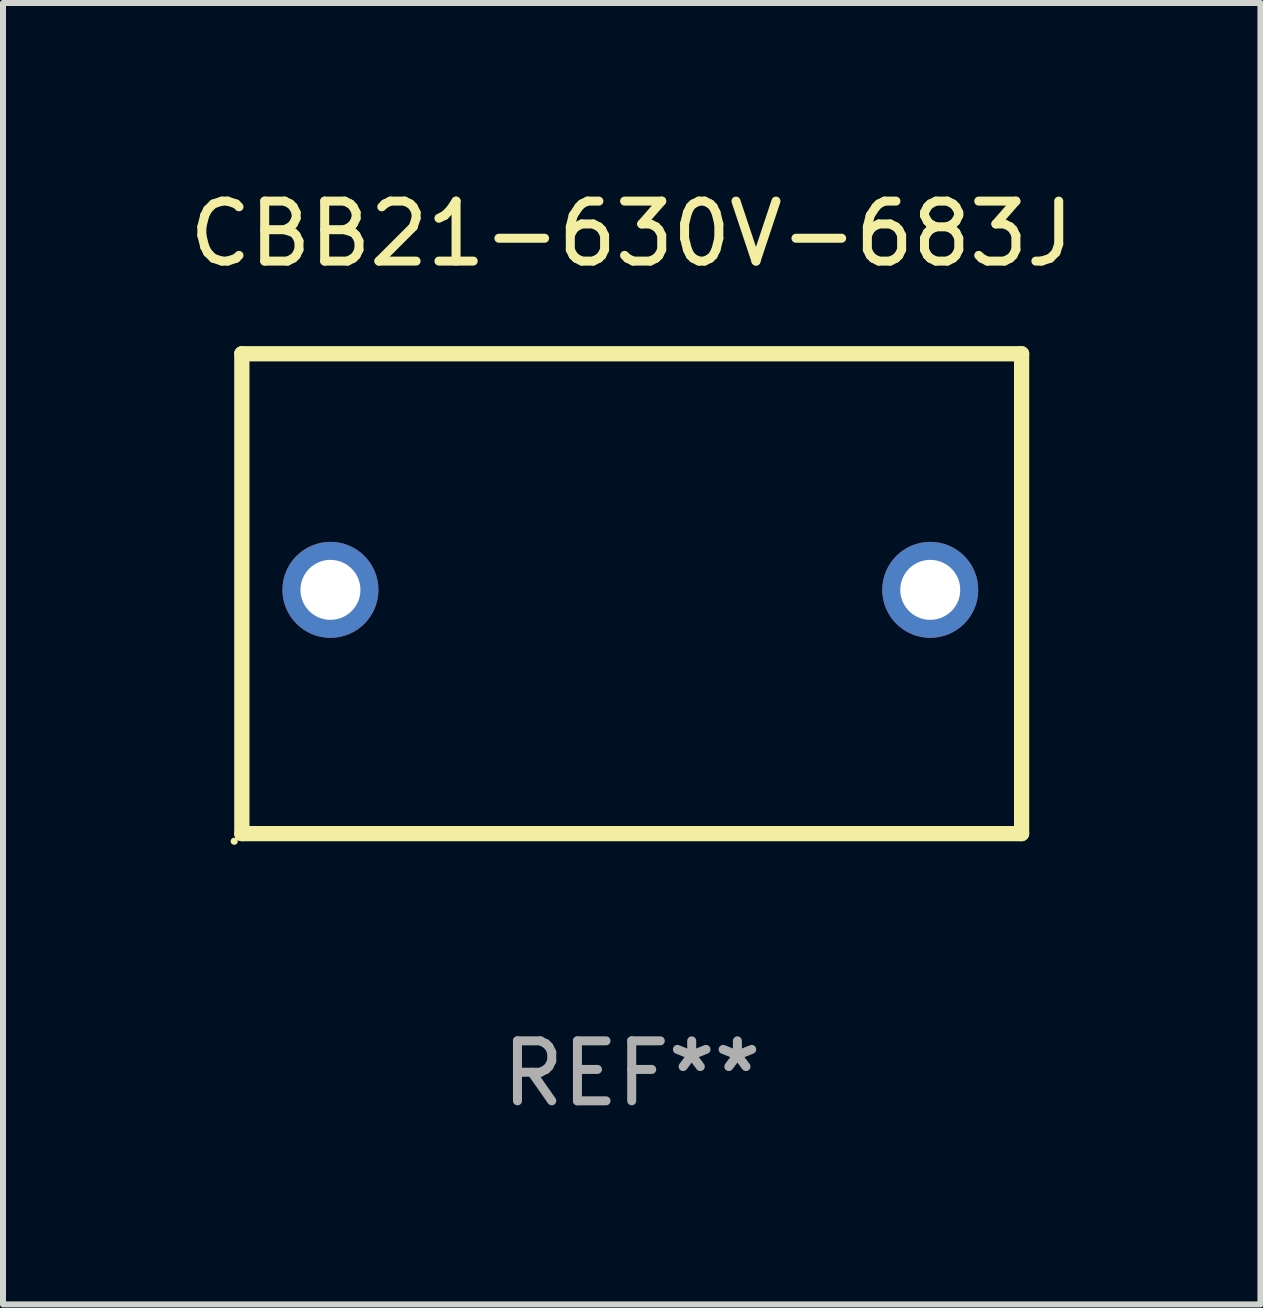
<source format=kicad_pcb>
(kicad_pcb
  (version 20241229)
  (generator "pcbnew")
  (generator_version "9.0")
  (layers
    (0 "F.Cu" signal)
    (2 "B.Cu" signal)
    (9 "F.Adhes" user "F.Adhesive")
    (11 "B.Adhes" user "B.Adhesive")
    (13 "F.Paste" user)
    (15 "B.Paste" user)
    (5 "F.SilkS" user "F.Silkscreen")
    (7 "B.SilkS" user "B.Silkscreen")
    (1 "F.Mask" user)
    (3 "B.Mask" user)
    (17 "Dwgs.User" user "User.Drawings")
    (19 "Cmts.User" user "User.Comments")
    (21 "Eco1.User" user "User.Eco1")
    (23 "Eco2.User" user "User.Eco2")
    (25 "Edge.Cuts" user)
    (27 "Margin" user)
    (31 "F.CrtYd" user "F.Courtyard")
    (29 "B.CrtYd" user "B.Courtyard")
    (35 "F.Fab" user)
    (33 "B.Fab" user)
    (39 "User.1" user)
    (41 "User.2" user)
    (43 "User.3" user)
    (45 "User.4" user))
  (footprint "CBB21-630V-683J"
    (layer "F.Cu")
    (at 7.482 6.848)
    (property "Reference" "CBB21-630V-683J" (at 0 -6 0) (layer "F.SilkS") (effects (font (size 1 1) (thickness 0.15))))
    (attr through_hole)
    (fp_line (start -6.5 -4) (end 6.5 -4) (stroke (width 0.254) (type solid)) (layer "F.SilkS"))
    (fp_line (start -6.5 4) (end -6.5 -4) (stroke (width 0.254) (type solid)) (layer "F.SilkS"))
    (fp_line (start -6.5 4) (end 6.5 4) (stroke (width 0.254) (type solid)) (layer "F.SilkS"))
    (fp_line (start 6.5 -4) (end 6.5 4) (stroke (width 0.254) (type solid)) (layer "F.SilkS"))
    (fp_circle (center -6.627 4.127) (end -6.597 4.127) (stroke (width 0.06) (type solid)) (fill no) (layer "F.SilkS"))
    (fp_text user "REF**" (at 0 8 0) (layer "F.Fab") (effects (font (size 1 1) (thickness 0.15))))
    (pad "1" thru_hole circle (at -5.023 -0.064) (size 1.6 1.6) (drill 1) (layers "*.Cu" "*.Mask"))
    (pad "2" thru_hole circle (at 4.977 -0.064) (size 1.6 1.6) (drill 1) (layers "*.Cu" "*.Mask")))
  (gr_rect
    (start -3 -3)
    (end 17.964 18.697)
    (stroke (width 0.1) (type default))
    (fill no)
    (layer "Edge.Cuts")))
</source>
